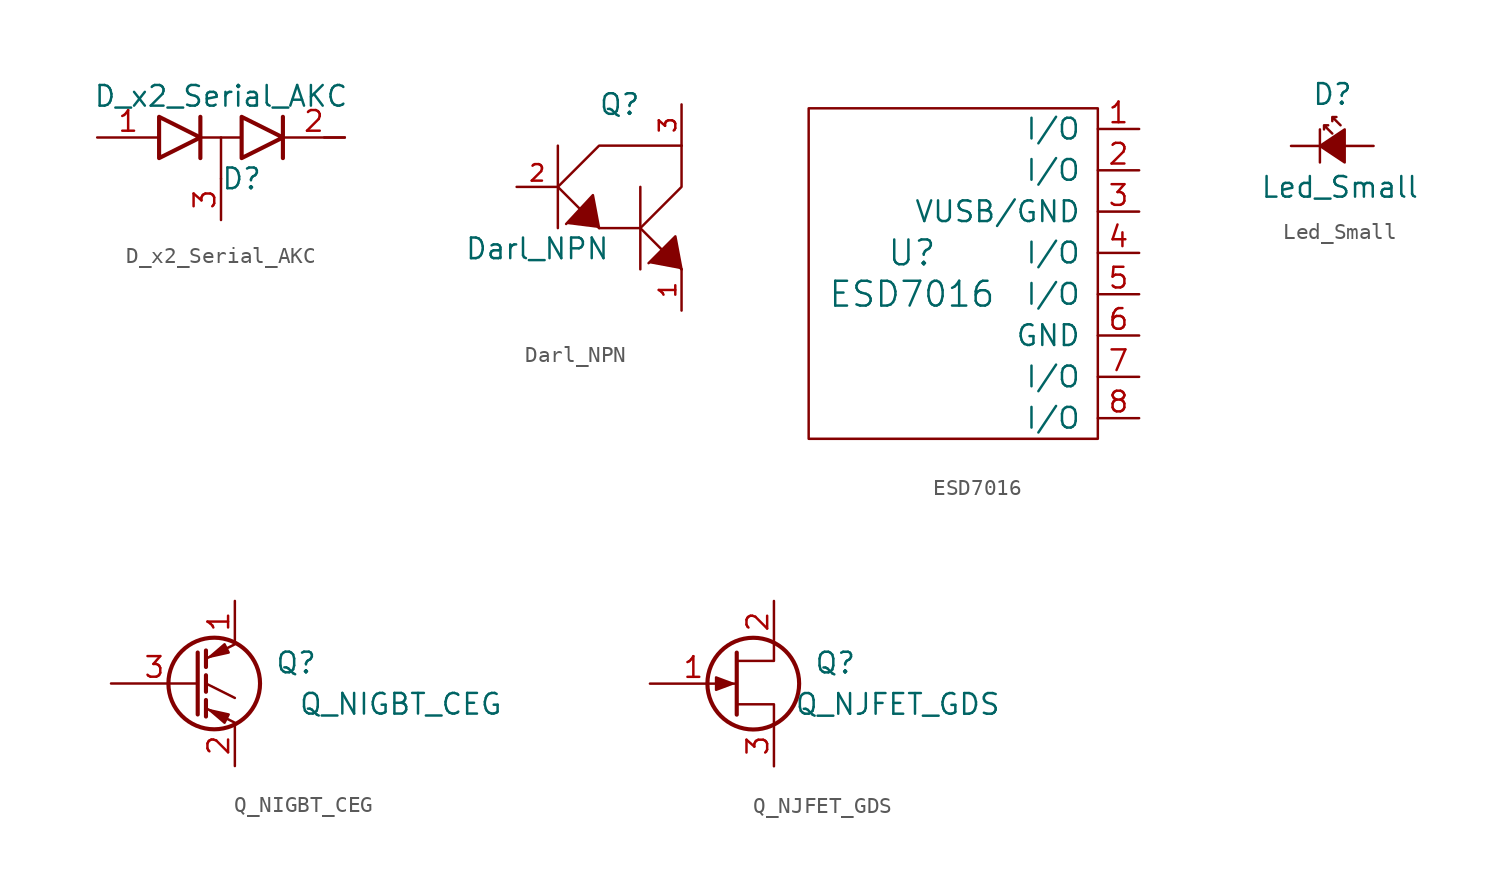
<source format=kicad_sym>
(kicad_symbol_lib
  (version 20211014)
  (generator kicad_symbol_editor)
  (symbol "D_x2_Serial_AKC"
    (pin_names
      (offset 0.762) hide)
    (property "Reference" "D"
      (at 1.27 -2.54 0)
      (effects (font (size 1.27 1.27))))
    (property "Value" "D_x2_Serial_AKC"
      (at 0 2.54 0)
      (effects (font (size 1.27 1.27))))
    (property "Footprint" ""
      (at 0 0 0)
      (effects (font (size 1.27 1.27))))
    (property "Datasheet" ""
      (at 0 0 0)
      (effects (font (size 1.27 1.27))))
    (symbol "D_x2_Serial_AKC_0_1"
      (polyline (pts (xy 0 0) (xy 0 -2.54)) (stroke (width 0) (type default) (color 0 0 0 0)) (fill (type none)))
      (polyline (pts (xy 6.35 0) (xy 7.62 0)) (stroke (width 0) (type default) (color 0 0 0 0)) (fill (type none)))
      (polyline (pts (xy -1.27 -1.27) (xy -1.27 1.27) (xy -1.27 1.27)) (stroke (width 0.254) (type default) (color 0 0 0 0)) (fill (type none)))
      (polyline (pts (xy -1.27 0) (xy 1.27 0) (xy 1.27 0)) (stroke (width 0) (type default) (color 0 0 0 0)) (fill (type none)))
      (polyline (pts (xy 3.81 1.27) (xy 3.81 -1.27) (xy 3.81 -1.27)) (stroke (width 0.254) (type default) (color 0 0 0 0)) (fill (type none)))
      (polyline (pts (xy -3.81 1.27) (xy -1.27 0) (xy -3.81 -1.27) (xy -3.81 1.27) (xy -3.81 1.27) (xy -3.81 1.27)) (stroke (width 0.254) (type default) (color 0 0 0 0)) (fill (type none)))
      (polyline (pts (xy 1.27 1.27) (xy 3.81 0) (xy 1.27 -1.27) (xy 1.27 1.27) (xy 1.27 1.27) (xy 1.27 1.27)) (stroke (width 0.254) (type default) (color 0 0 0 0)) (fill (type none)))
      (pin passive line (at -7.62 0 0) (length 3.81) (name "A" (effects (font (size 1.27 1.27)))) (number "1" (effects (font (size 1.27 1.27)))))
      (pin passive line (at 7.62 0 180) (length 3.81) (name "K" (effects (font (size 1.27 1.27)))) (number "2" (effects (font (size 1.27 1.27)))))
      (pin passive line (at 0 -5.08 90) (length 2.54) (name "common" (effects (font (size 1.27 1.27)))) (number "3" (effects (font (size 1.27 1.27)))))))
  (symbol "Darl_NPN"
    (pin_names
      (offset 0.254))
    (property "Reference" "Q"
      (at 0 5.08 0)
      (effects (font (size 1.27 1.27))))
    (property "Value" "Darl_NPN"
      (at -5.08 -3.81 0)
      (effects (font (size 1.27 1.27))))
    (property "Footprint" ""
      (at 0 -1.27 0)
      (effects (font (size 1.27 1.27))))
    (property "Datasheet" ""
      (at 0 -1.27 0)
      (effects (font (size 1.27 1.27))))
    (symbol "Darl_NPN_0_0"
      (polyline (pts (xy -3.81 -2.54) (xy -3.81 2.54)) (stroke (width 0) (type default) (color 0 0 0 0)) (fill (type none)))
      (polyline (pts (xy 1.27 0) (xy 1.27 -5.08)) (stroke (width 0) (type default) (color 0 0 0 0)) (fill (type none))))
    (symbol "Darl_NPN_0_1"
      (polyline (pts (xy 1.27 -2.54) (xy 3.81 -5.08)) (stroke (width 0) (type default) (color 0 0 0 0)) (fill (type none)))
      (polyline (pts (xy -3.81 0) (xy -1.27 -2.54) (xy 1.27 -2.54)) (stroke (width 0) (type default) (color 0 0 0 0)) (fill (type none)))
      (polyline (pts (xy -3.81 0) (xy -1.27 2.54) (xy 3.81 2.54)) (stroke (width 0) (type default) (color 0 0 0 0)) (fill (type none)))
      (polyline (pts (xy -1.27 -2.54) (xy -1.651 -0.508) (xy -3.302 -2.286)) (stroke (width 0) (type default) (color 0 0 0 0)) (fill (type outline)))
      (polyline (pts (xy 1.27 -2.54) (xy 3.81 0) (xy 3.81 2.54)) (stroke (width 0) (type default) (color 0 0 0 0)) (fill (type none)))
      (polyline (pts (xy 3.81 -5.08) (xy 3.429 -3.048) (xy 1.778 -4.699)) (stroke (width 0) (type default) (color 0 0 0 0)) (fill (type outline))))
    (symbol "Darl_NPN_1_1"
      (pin passive line (at 3.81 -7.62 90) (length 2.54) (name "~" (effects (font (size 1.016 1.016)))) (number "1" (effects (font (size 1.016 1.016)))))
      (pin input line (at -6.35 0 0) (length 2.54) (name "~" (effects (font (size 1.016 1.016)))) (number "2" (effects (font (size 1.016 1.016)))))
      (pin passive line (at 3.81 5.08 270) (length 2.54) (name "~" (effects (font (size 1.016 1.016)))) (number "3" (effects (font (size 1.016 1.016)))))))
  (symbol "ESD7016"
    (pin_names
      (offset 1.016))
    (property "Reference" "U"
      (at 0 1.27 0)
      (effects (font (size 1.524 1.524))))
    (property "Value" "ESD7016"
      (at 0 -1.27 0)
      (effects (font (size 1.524 1.524))))
    (symbol "ESD7016_0_1"
      (rectangle (start 11.43 10.16) (end -6.35 -10.16) (stroke (width 0) (type default) (color 0 0 0 0)) (fill (type none))))
    (symbol "ESD7016_1_1"
      (pin input line (at 13.97 8.89 180) (length 2.54) (name "I/O" (effects (font (size 1.27 1.27)))) (number "1" (effects (font (size 1.27 1.27)))))
      (pin input line (at 13.97 6.35 180) (length 2.54) (name "I/O" (effects (font (size 1.27 1.27)))) (number "2" (effects (font (size 1.27 1.27)))))
      (pin input line (at 13.97 3.81 180) (length 2.54) (name "VUSB/GND" (effects (font (size 1.27 1.27)))) (number "3" (effects (font (size 1.27 1.27)))))
      (pin input line (at 13.97 1.27 180) (length 2.54) (name "I/O" (effects (font (size 1.27 1.27)))) (number "4" (effects (font (size 1.27 1.27)))))
      (pin input line (at 13.97 -1.27 180) (length 2.54) (name "I/O" (effects (font (size 1.27 1.27)))) (number "5" (effects (font (size 1.27 1.27)))))
      (pin input line (at 13.97 -3.81 180) (length 2.54) (name "GND" (effects (font (size 1.27 1.27)))) (number "6" (effects (font (size 1.27 1.27)))))
      (pin input line (at 13.97 -6.35 180) (length 2.54) (name "I/O" (effects (font (size 1.27 1.27)))) (number "7" (effects (font (size 1.27 1.27)))))
      (pin input line (at 13.97 -8.89 180) (length 2.54) (name "I/O" (effects (font (size 1.27 1.27)))) (number "8" (effects (font (size 1.27 1.27)))))))
  (symbol "Led_Small"
    (pin_numbers hide)
    (pin_names
      (offset 0.254) hide)
    (property "Reference" "D"
      (at -1.27 3.175 0)
      (effects (font (size 1.27 1.27)) (justify left)))
    (property "Value" "Led_Small"
      (at -4.445 -2.54 0)
      (effects (font (size 1.27 1.27)) (justify left)))
    (property "Footprint" ""
      (at 0 0 90)
      (effects (font (size 1.27 1.27))))
    (property "Datasheet" ""
      (at 0 0 90)
      (effects (font (size 1.27 1.27))))
    (symbol "Led_Small_0_1"
      (polyline (pts (xy -0.762 -1.016) (xy -0.762 1.016)) (stroke (width 0) (type default) (color 0 0 0 0)) (fill (type none)))
      (polyline (pts (xy 0.762 -1.016) (xy -0.762 0) (xy 0.762 1.016) (xy 0.762 -1.016)) (stroke (width 0) (type default) (color 0 0 0 0)) (fill (type outline)))
      (polyline (pts (xy 0 0.762) (xy -0.508 1.27) (xy -0.254 1.27) (xy -0.508 1.27) (xy -0.508 1.016)) (stroke (width 0) (type default) (color 0 0 0 0)) (fill (type none)))
      (polyline (pts (xy 0.508 1.27) (xy 0 1.778) (xy 0.254 1.778) (xy 0 1.778) (xy 0 1.524)) (stroke (width 0) (type default) (color 0 0 0 0)) (fill (type none))))
    (symbol "Led_Small_1_1"
      (pin passive line (at -2.54 0 0) (length 1.778) (name "K" (effects (font (size 1.016 1.016)))) (number "1" (effects (font (size 1.016 1.016)))))
      (pin passive line (at 2.54 0 180) (length 1.778) (name "A" (effects (font (size 1.016 1.016)))) (number "2" (effects (font (size 1.016 1.016)))))))
  (symbol "Q_NIGBT_CEG"
    (pin_names
      (offset 0) hide)
    (property "Reference" "Q"
      (at 7.62 1.27 0)
      (effects (font (size 1.27 1.27)) (justify right)))
    (property "Value" "Q_NIGBT_CEG"
      (at 19.05 -1.27 0)
      (effects (font (size 1.27 1.27)) (justify right)))
    (property "Footprint" ""
      (at 5.08 2.54 0)
      (effects (font (size 1.27 1.27))))
    (property "Datasheet" ""
      (at 0 0 0)
      (effects (font (size 1.27 1.27))))
    (symbol "Q_NIGBT_CEG_0_1"
      (polyline (pts (xy 0.762 -1.016) (xy 0.762 -2.032)) (stroke (width 0.254) (type default) (color 0 0 0 0)) (fill (type none)))
      (polyline (pts (xy 0.762 0.508) (xy 0.762 -0.508)) (stroke (width 0.254) (type default) (color 0 0 0 0)) (fill (type none)))
      (polyline (pts (xy 0.762 2.032) (xy 0.762 1.016)) (stroke (width 0.254) (type default) (color 0 0 0 0)) (fill (type none)))
      (polyline (pts (xy 2.54 -2.413) (xy 0.762 -1.524)) (stroke (width 0) (type default) (color 0 0 0 0)) (fill (type none)))
      (polyline (pts (xy 2.54 -0.889) (xy 0.762 0)) (stroke (width 0) (type default) (color 0 0 0 0)) (fill (type none)))
      (polyline (pts (xy 2.54 2.413) (xy 0.762 1.524)) (stroke (width 0) (type default) (color 0 0 0 0)) (fill (type none)))
      (polyline (pts (xy 0.254 1.905) (xy 0.254 -1.905) (xy 0.254 -1.905)) (stroke (width 0.254) (type default) (color 0 0 0 0)) (fill (type none)))
      (polyline (pts (xy 2.159 -1.905) (xy 1.905 -2.413) (xy 1.016 -1.651) (xy 2.159 -1.905)) (stroke (width 0) (type default) (color 0 0 0 0)) (fill (type outline)))
      (polyline (pts (xy 2.159 1.905) (xy 1.905 2.413) (xy 1.016 1.651) (xy 2.159 1.905)) (stroke (width 0) (type default) (color 0 0 0 0)) (fill (type outline)))
      (circle (center 1.27 0) (radius 2.819) (stroke (width 0.254) (type default) (color 0 0 0 0)) (fill (type none))))
    (symbol "Q_NIGBT_CEG_1_1"
      (pin passive line (at 2.54 5.08 270) (length 2.54) (name "C" (effects (font (size 1.27 1.27)))) (number "1" (effects (font (size 1.27 1.27)))))
      (pin passive line (at 2.54 -5.08 90) (length 2.54) (name "E" (effects (font (size 1.27 1.27)))) (number "2" (effects (font (size 1.27 1.27)))))
      (pin input line (at -5.08 0 0) (length 5.334) (name "G" (effects (font (size 1.27 1.27)))) (number "3" (effects (font (size 1.27 1.27)))))))
  (symbol "Q_NJFET_GDS"
    (pin_names
      (offset 0) hide)
    (property "Reference" "Q"
      (at 7.62 1.27 0)
      (effects (font (size 1.27 1.27)) (justify right)))
    (property "Value" "Q_NJFET_GDS"
      (at 16.51 -1.27 0)
      (effects (font (size 1.27 1.27)) (justify right)))
    (property "Footprint" ""
      (at 5.08 2.54 0)
      (effects (font (size 1.27 1.27))))
    (property "Datasheet" ""
      (at 0 0 0)
      (effects (font (size 1.27 1.27))))
    (symbol "Q_NJFET_GDS_0_1"
      (polyline (pts (xy 0.254 1.905) (xy 0.254 -1.905) (xy 0.254 -1.905)) (stroke (width 0.254) (type default) (color 0 0 0 0)) (fill (type none)))
      (polyline (pts (xy 2.54 -2.54) (xy 2.54 -1.27) (xy 0.254 -1.27)) (stroke (width 0) (type default) (color 0 0 0 0)) (fill (type none)))
      (polyline (pts (xy 2.54 2.54) (xy 2.54 1.397) (xy 0.254 1.397)) (stroke (width 0) (type default) (color 0 0 0 0)) (fill (type none)))
      (polyline (pts (xy 0 0) (xy -1.016 0.381) (xy -1.016 -0.381) (xy 0 0)) (stroke (width 0) (type default) (color 0 0 0 0)) (fill (type outline)))
      (circle (center 1.27 0) (radius 2.819) (stroke (width 0.254) (type default) (color 0 0 0 0)) (fill (type none))))
    (symbol "Q_NJFET_GDS_1_1"
      (pin input line (at -5.08 0 0) (length 5.334) (name "G" (effects (font (size 1.27 1.27)))) (number "1" (effects (font (size 1.27 1.27)))))
      (pin passive line (at 2.54 5.08 270) (length 2.54) (name "D" (effects (font (size 1.27 1.27)))) (number "2" (effects (font (size 1.27 1.27)))))
      (pin passive line (at 2.54 -5.08 90) (length 2.54) (name "S" (effects (font (size 1.27 1.27)))) (number "3" (effects (font (size 1.27 1.27))))))))
</source>
